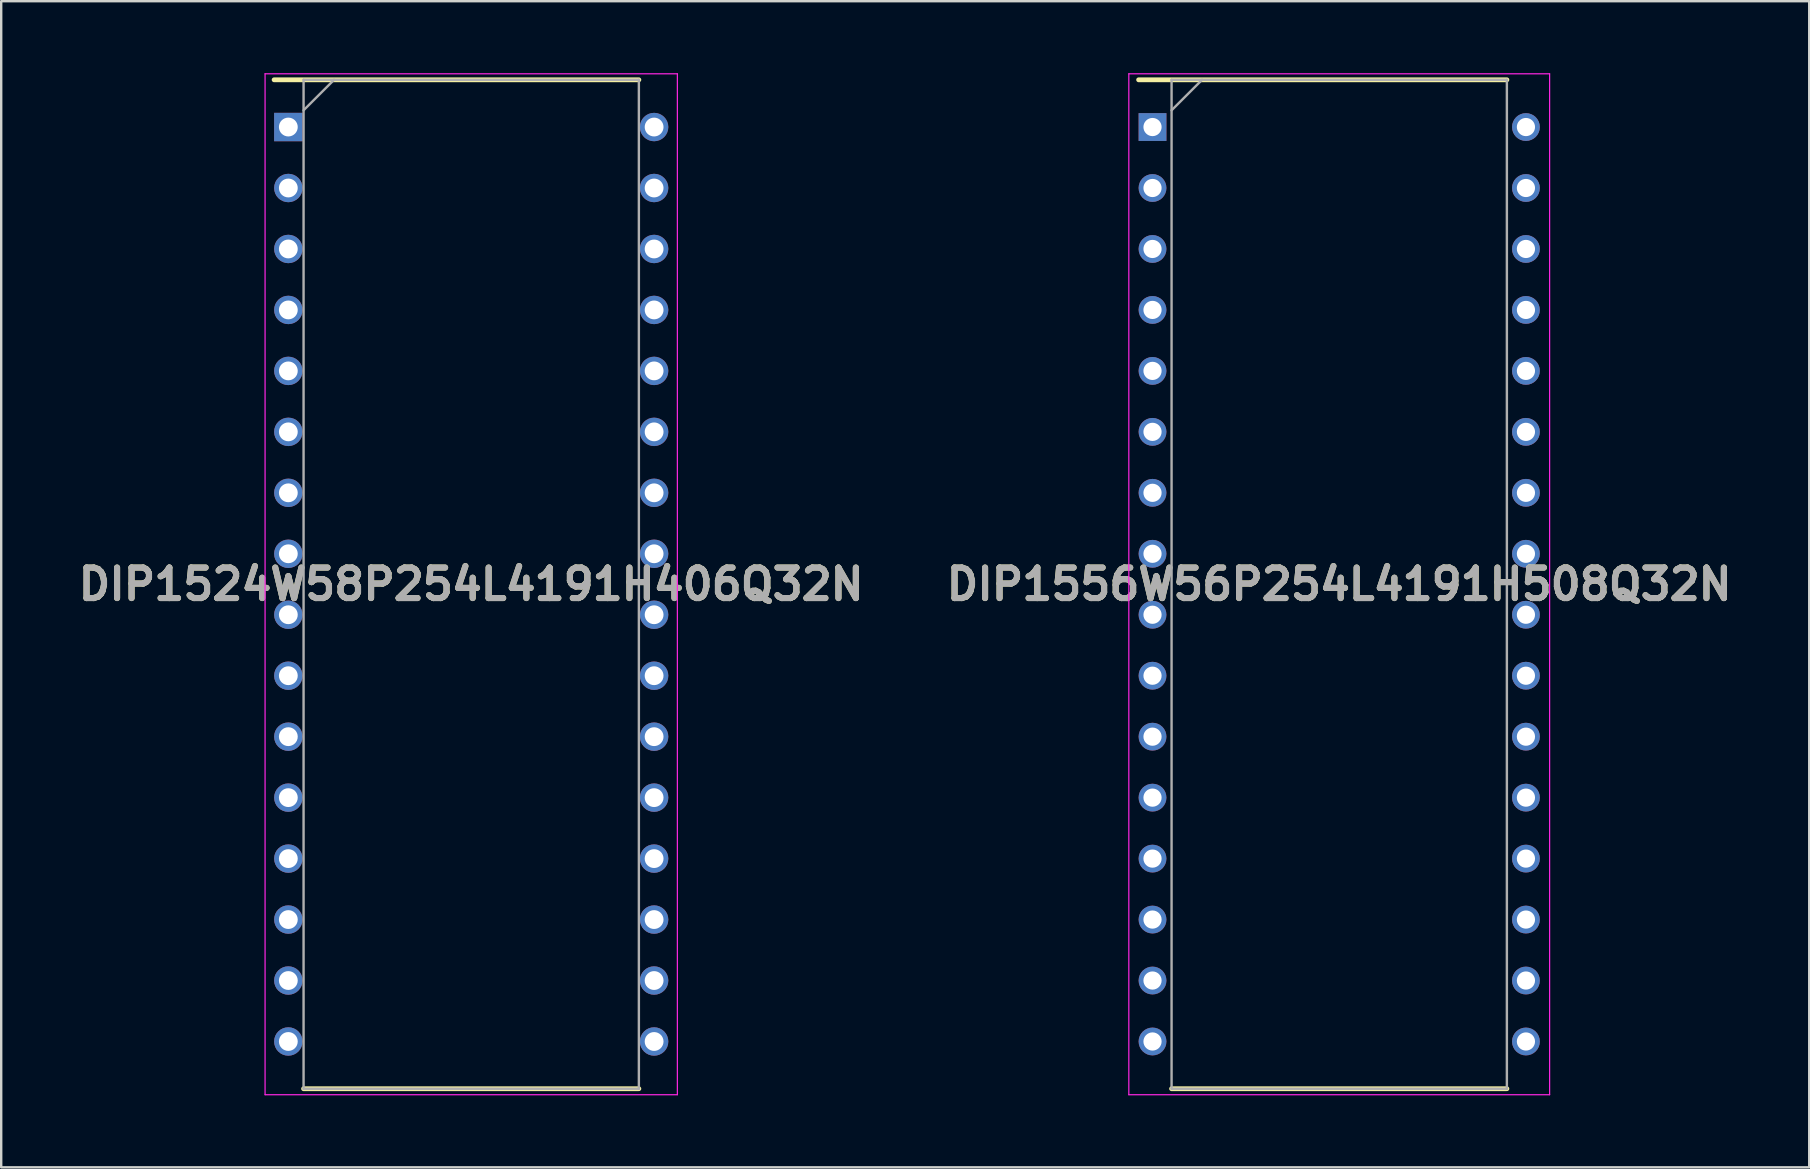
<source format=kicad_pcb>
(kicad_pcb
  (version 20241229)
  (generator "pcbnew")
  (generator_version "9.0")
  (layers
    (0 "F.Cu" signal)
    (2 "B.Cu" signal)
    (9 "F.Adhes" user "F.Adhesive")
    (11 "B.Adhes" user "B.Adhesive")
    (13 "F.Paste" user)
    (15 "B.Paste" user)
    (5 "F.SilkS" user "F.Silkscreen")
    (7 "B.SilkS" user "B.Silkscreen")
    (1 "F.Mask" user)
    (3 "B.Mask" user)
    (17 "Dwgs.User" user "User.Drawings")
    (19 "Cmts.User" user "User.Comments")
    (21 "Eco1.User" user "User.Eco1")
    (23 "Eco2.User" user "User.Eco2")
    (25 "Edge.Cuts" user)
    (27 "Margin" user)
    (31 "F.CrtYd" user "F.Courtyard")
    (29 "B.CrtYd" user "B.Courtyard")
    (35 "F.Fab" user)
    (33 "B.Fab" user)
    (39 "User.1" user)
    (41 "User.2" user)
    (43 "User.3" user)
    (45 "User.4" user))
  (footprint "DIP1524W58P254L4191H406Q32N"
    (layer "F.Cu")
    (at 16.583 21.293)
    (property "Reference" "DIP1524W58P254L4191H406Q32N" (at 0 0 0) (layer "F.SilkS") (effects (font (size 1.27 1.27) (thickness 0.254))))
    (attr through_hole)
    (fp_line (start -8.212 -21.018) (end 6.985 -21.018) (stroke (width 0.2) (type solid)) (layer "F.SilkS"))
    (fp_line (start -6.985 21.018) (end 6.985 21.018) (stroke (width 0.2) (type solid)) (layer "F.SilkS"))
    (fp_line (start -8.589 -21.268) (end 8.589 -21.268) (stroke (width 0.05) (type solid)) (layer "F.CrtYd"))
    (fp_line (start -8.589 21.268) (end -8.589 -21.268) (stroke (width 0.05) (type solid)) (layer "F.CrtYd"))
    (fp_line (start 8.589 -21.268) (end 8.589 21.268) (stroke (width 0.05) (type solid)) (layer "F.CrtYd"))
    (fp_line (start 8.589 21.268) (end -8.589 21.268) (stroke (width 0.05) (type solid)) (layer "F.CrtYd"))
    (fp_line (start -6.985 -21.018) (end 6.985 -21.018) (stroke (width 0.1) (type solid)) (layer "F.Fab"))
    (fp_line (start -6.985 -19.748) (end -5.715 -21.018) (stroke (width 0.1) (type solid)) (layer "F.Fab"))
    (fp_line (start -6.985 21.018) (end -6.985 -21.018) (stroke (width 0.1) (type solid)) (layer "F.Fab"))
    (fp_line (start 6.985 -21.018) (end 6.985 21.018) (stroke (width 0.1) (type solid)) (layer "F.Fab"))
    (fp_line (start 6.985 21.018) (end -6.985 21.018) (stroke (width 0.1) (type solid)) (layer "F.Fab"))
    (fp_text user "${REFERENCE}" (at 0 0 0) (layer "F.Fab") (effects (font (size 1.27 1.27) (thickness 0.254))))
    (pad "1" thru_hole rect (at -7.62 -19.05) (size 1.184 1.184) (drill 0.784) (layers "*.Cu" "*.Mask"))
    (pad "2" thru_hole circle (at -7.62 -16.51) (size 1.184 1.184) (drill 0.784) (layers "*.Cu" "*.Mask"))
    (pad "3" thru_hole circle (at -7.62 -13.97) (size 1.184 1.184) (drill 0.784) (layers "*.Cu" "*.Mask"))
    (pad "4" thru_hole circle (at -7.62 -11.43) (size 1.184 1.184) (drill 0.784) (layers "*.Cu" "*.Mask"))
    (pad "5" thru_hole circle (at -7.62 -8.89) (size 1.184 1.184) (drill 0.784) (layers "*.Cu" "*.Mask"))
    (pad "6" thru_hole circle (at -7.62 -6.35) (size 1.184 1.184) (drill 0.784) (layers "*.Cu" "*.Mask"))
    (pad "7" thru_hole circle (at -7.62 -3.81) (size 1.184 1.184) (drill 0.784) (layers "*.Cu" "*.Mask"))
    (pad "8" thru_hole circle (at -7.62 -1.27) (size 1.184 1.184) (drill 0.784) (layers "*.Cu" "*.Mask"))
    (pad "9" thru_hole circle (at -7.62 1.27) (size 1.184 1.184) (drill 0.784) (layers "*.Cu" "*.Mask"))
    (pad "10" thru_hole circle (at -7.62 3.81) (size 1.184 1.184) (drill 0.784) (layers "*.Cu" "*.Mask"))
    (pad "11" thru_hole circle (at -7.62 6.35) (size 1.184 1.184) (drill 0.784) (layers "*.Cu" "*.Mask"))
    (pad "12" thru_hole circle (at -7.62 8.89) (size 1.184 1.184) (drill 0.784) (layers "*.Cu" "*.Mask"))
    (pad "13" thru_hole circle (at -7.62 11.43) (size 1.184 1.184) (drill 0.784) (layers "*.Cu" "*.Mask"))
    (pad "14" thru_hole circle (at -7.62 13.97) (size 1.184 1.184) (drill 0.784) (layers "*.Cu" "*.Mask"))
    (pad "15" thru_hole circle (at -7.62 16.51) (size 1.184 1.184) (drill 0.784) (layers "*.Cu" "*.Mask"))
    (pad "16" thru_hole circle (at -7.62 19.05) (size 1.184 1.184) (drill 0.784) (layers "*.Cu" "*.Mask"))
    (pad "17" thru_hole circle (at 7.62 19.05) (size 1.184 1.184) (drill 0.784) (layers "*.Cu" "*.Mask"))
    (pad "18" thru_hole circle (at 7.62 16.51) (size 1.184 1.184) (drill 0.784) (layers "*.Cu" "*.Mask"))
    (pad "19" thru_hole circle (at 7.62 13.97) (size 1.184 1.184) (drill 0.784) (layers "*.Cu" "*.Mask"))
    (pad "20" thru_hole circle (at 7.62 11.43) (size 1.184 1.184) (drill 0.784) (layers "*.Cu" "*.Mask"))
    (pad "21" thru_hole circle (at 7.62 8.89) (size 1.184 1.184) (drill 0.784) (layers "*.Cu" "*.Mask"))
    (pad "22" thru_hole circle (at 7.62 6.35) (size 1.184 1.184) (drill 0.784) (layers "*.Cu" "*.Mask"))
    (pad "23" thru_hole circle (at 7.62 3.81) (size 1.184 1.184) (drill 0.784) (layers "*.Cu" "*.Mask"))
    (pad "24" thru_hole circle (at 7.62 1.27) (size 1.184 1.184) (drill 0.784) (layers "*.Cu" "*.Mask"))
    (pad "25" thru_hole circle (at 7.62 -1.27) (size 1.184 1.184) (drill 0.784) (layers "*.Cu" "*.Mask"))
    (pad "26" thru_hole circle (at 7.62 -3.81) (size 1.184 1.184) (drill 0.784) (layers "*.Cu" "*.Mask"))
    (pad "27" thru_hole circle (at 7.62 -6.35) (size 1.184 1.184) (drill 0.784) (layers "*.Cu" "*.Mask"))
    (pad "28" thru_hole circle (at 7.62 -8.89) (size 1.184 1.184) (drill 0.784) (layers "*.Cu" "*.Mask"))
    (pad "29" thru_hole circle (at 7.62 -11.43) (size 1.184 1.184) (drill 0.784) (layers "*.Cu" "*.Mask"))
    (pad "30" thru_hole circle (at 7.62 -13.97) (size 1.184 1.184) (drill 0.784) (layers "*.Cu" "*.Mask"))
    (pad "31" thru_hole circle (at 7.62 -16.51) (size 1.184 1.184) (drill 0.784) (layers "*.Cu" "*.Mask"))
    (pad "32" thru_hole circle (at 7.62 -19.05) (size 1.184 1.184) (drill 0.784) (layers "*.Cu" "*.Mask")))
  (footprint "DIP1556W56P254L4191H508Q32N"
    (layer "F.Cu")
    (at 52.748 21.293)
    (property "Reference" "DIP1556W56P254L4191H508Q32N" (at 0 0 0) (layer "F.SilkS") (effects (font (size 1.27 1.27) (thickness 0.254))))
    (attr through_hole)
    (fp_line (start -8.358 -21.018) (end 6.985 -21.018) (stroke (width 0.2) (type solid)) (layer "F.SilkS"))
    (fp_line (start -6.985 21.018) (end 6.985 21.018) (stroke (width 0.2) (type solid)) (layer "F.SilkS"))
    (fp_line (start -8.766 -21.268) (end 8.766 -21.268) (stroke (width 0.05) (type solid)) (layer "F.CrtYd"))
    (fp_line (start -8.766 21.268) (end -8.766 -21.268) (stroke (width 0.05) (type solid)) (layer "F.CrtYd"))
    (fp_line (start 8.766 -21.268) (end 8.766 21.268) (stroke (width 0.05) (type solid)) (layer "F.CrtYd"))
    (fp_line (start 8.766 21.268) (end -8.766 21.268) (stroke (width 0.05) (type solid)) (layer "F.CrtYd"))
    (fp_line (start -6.985 -21.018) (end 6.985 -21.018) (stroke (width 0.1) (type solid)) (layer "F.Fab"))
    (fp_line (start -6.985 -19.748) (end -5.715 -21.018) (stroke (width 0.1) (type solid)) (layer "F.Fab"))
    (fp_line (start -6.985 21.018) (end -6.985 -21.018) (stroke (width 0.1) (type solid)) (layer "F.Fab"))
    (fp_line (start 6.985 -21.018) (end 6.985 21.018) (stroke (width 0.1) (type solid)) (layer "F.Fab"))
    (fp_line (start 6.985 21.018) (end -6.985 21.018) (stroke (width 0.1) (type solid)) (layer "F.Fab"))
    (fp_text user "${REFERENCE}" (at 0 0 0) (layer "F.Fab") (effects (font (size 1.27 1.27) (thickness 0.254))))
    (pad "1" thru_hole rect (at -7.779 -19.05) (size 1.158 1.158) (drill 0.758) (layers "*.Cu" "*.Mask"))
    (pad "2" thru_hole circle (at -7.779 -16.51) (size 1.158 1.158) (drill 0.758) (layers "*.Cu" "*.Mask"))
    (pad "3" thru_hole circle (at -7.779 -13.97) (size 1.158 1.158) (drill 0.758) (layers "*.Cu" "*.Mask"))
    (pad "4" thru_hole circle (at -7.779 -11.43) (size 1.158 1.158) (drill 0.758) (layers "*.Cu" "*.Mask"))
    (pad "5" thru_hole circle (at -7.779 -8.89) (size 1.158 1.158) (drill 0.758) (layers "*.Cu" "*.Mask"))
    (pad "6" thru_hole circle (at -7.779 -6.35) (size 1.158 1.158) (drill 0.758) (layers "*.Cu" "*.Mask"))
    (pad "7" thru_hole circle (at -7.779 -3.81) (size 1.158 1.158) (drill 0.758) (layers "*.Cu" "*.Mask"))
    (pad "8" thru_hole circle (at -7.779 -1.27) (size 1.158 1.158) (drill 0.758) (layers "*.Cu" "*.Mask"))
    (pad "9" thru_hole circle (at -7.779 1.27) (size 1.158 1.158) (drill 0.758) (layers "*.Cu" "*.Mask"))
    (pad "10" thru_hole circle (at -7.779 3.81) (size 1.158 1.158) (drill 0.758) (layers "*.Cu" "*.Mask"))
    (pad "11" thru_hole circle (at -7.779 6.35) (size 1.158 1.158) (drill 0.758) (layers "*.Cu" "*.Mask"))
    (pad "12" thru_hole circle (at -7.779 8.89) (size 1.158 1.158) (drill 0.758) (layers "*.Cu" "*.Mask"))
    (pad "13" thru_hole circle (at -7.779 11.43) (size 1.158 1.158) (drill 0.758) (layers "*.Cu" "*.Mask"))
    (pad "14" thru_hole circle (at -7.779 13.97) (size 1.158 1.158) (drill 0.758) (layers "*.Cu" "*.Mask"))
    (pad "15" thru_hole circle (at -7.779 16.51) (size 1.158 1.158) (drill 0.758) (layers "*.Cu" "*.Mask"))
    (pad "16" thru_hole circle (at -7.779 19.05) (size 1.158 1.158) (drill 0.758) (layers "*.Cu" "*.Mask"))
    (pad "17" thru_hole circle (at 7.779 19.05) (size 1.158 1.158) (drill 0.758) (layers "*.Cu" "*.Mask"))
    (pad "18" thru_hole circle (at 7.779 16.51) (size 1.158 1.158) (drill 0.758) (layers "*.Cu" "*.Mask"))
    (pad "19" thru_hole circle (at 7.779 13.97) (size 1.158 1.158) (drill 0.758) (layers "*.Cu" "*.Mask"))
    (pad "20" thru_hole circle (at 7.779 11.43) (size 1.158 1.158) (drill 0.758) (layers "*.Cu" "*.Mask"))
    (pad "21" thru_hole circle (at 7.779 8.89) (size 1.158 1.158) (drill 0.758) (layers "*.Cu" "*.Mask"))
    (pad "22" thru_hole circle (at 7.779 6.35) (size 1.158 1.158) (drill 0.758) (layers "*.Cu" "*.Mask"))
    (pad "23" thru_hole circle (at 7.779 3.81) (size 1.158 1.158) (drill 0.758) (layers "*.Cu" "*.Mask"))
    (pad "24" thru_hole circle (at 7.779 1.27) (size 1.158 1.158) (drill 0.758) (layers "*.Cu" "*.Mask"))
    (pad "25" thru_hole circle (at 7.779 -1.27) (size 1.158 1.158) (drill 0.758) (layers "*.Cu" "*.Mask"))
    (pad "26" thru_hole circle (at 7.779 -3.81) (size 1.158 1.158) (drill 0.758) (layers "*.Cu" "*.Mask"))
    (pad "27" thru_hole circle (at 7.779 -6.35) (size 1.158 1.158) (drill 0.758) (layers "*.Cu" "*.Mask"))
    (pad "28" thru_hole circle (at 7.779 -8.89) (size 1.158 1.158) (drill 0.758) (layers "*.Cu" "*.Mask"))
    (pad "29" thru_hole circle (at 7.779 -11.43) (size 1.158 1.158) (drill 0.758) (layers "*.Cu" "*.Mask"))
    (pad "30" thru_hole circle (at 7.779 -13.97) (size 1.158 1.158) (drill 0.758) (layers "*.Cu" "*.Mask"))
    (pad "31" thru_hole circle (at 7.779 -16.51) (size 1.158 1.158) (drill 0.758) (layers "*.Cu" "*.Mask"))
    (pad "32" thru_hole circle (at 7.779 -19.05) (size 1.158 1.158) (drill 0.758) (layers "*.Cu" "*.Mask")))
  (gr_rect
    (start -3 -3)
    (end 72.33 45.586)
    (stroke (width 0.1) (type default))
    (fill no)
    (layer "Edge.Cuts")))
</source>
